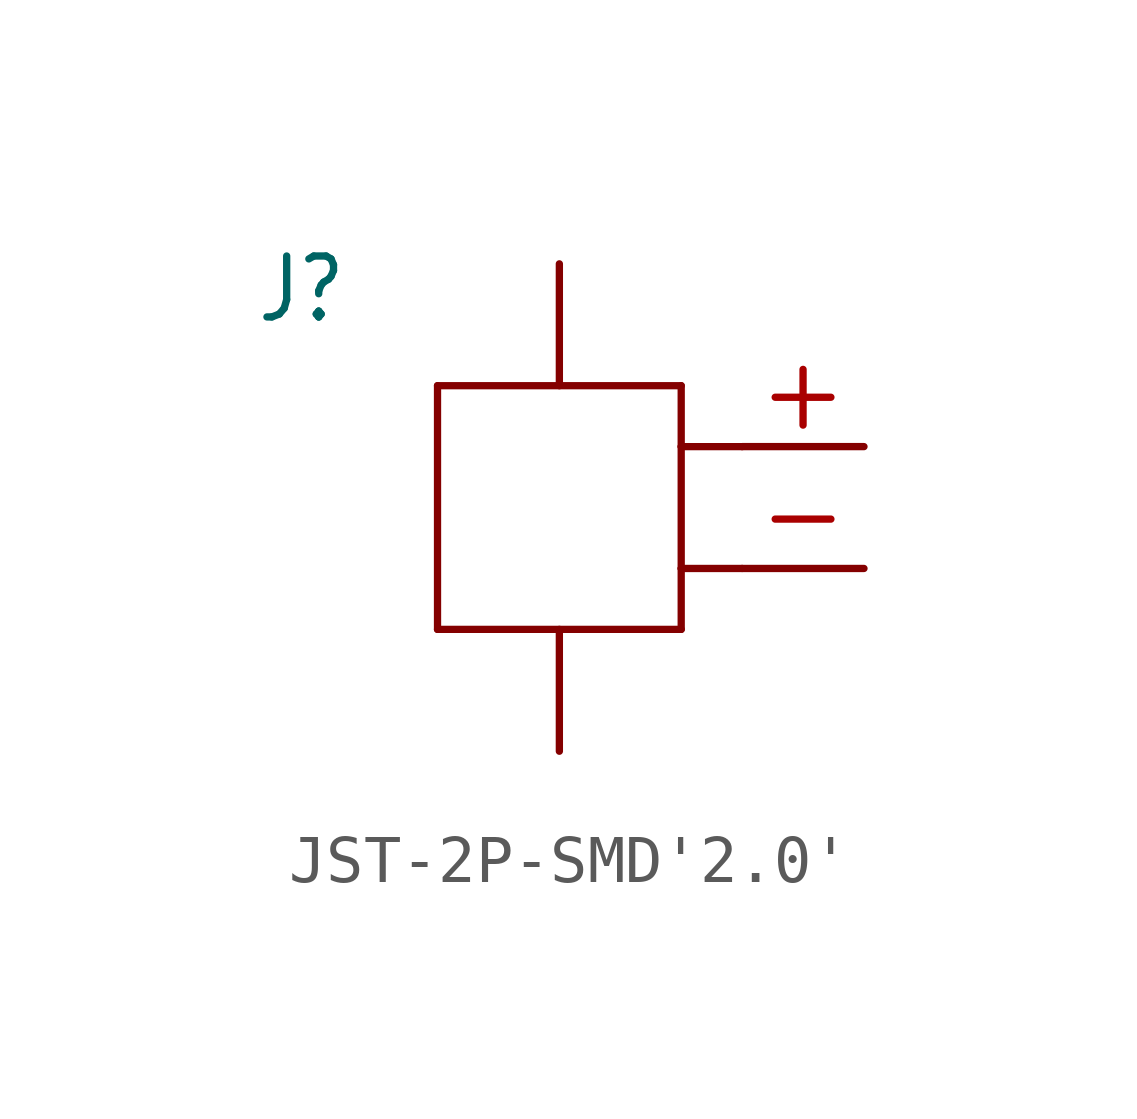
<source format=kicad_sym>
(kicad_symbol_lib
  (version 20241209)
  (generator "kicad_symbol_editor")
  (generator_version "9.0")
  (symbol "JST-2P-SMD'2.0'"
    (property "Reference" "J"
      (at -10.16 3.81 0)
      (effects (font (size 1.27 1.079)) (justify left bottom)))
    (property "Value" ""
      (at -2.54 3.81 0)
      (effects (font (size 1.27 1.079)) (justify left bottom)))
    (property "ki_locked" ""
      (at 0 0 0)
      (effects (font (size 1.27 1.27))))
    (symbol "JST-2P-SMD'2.0'_1_0"
      (polyline (pts (xy -6.35 2.54) (xy -1.27 2.54)) (stroke (width 0.152) (type solid)) (fill (type none)))
      (polyline (pts (xy -6.35 -2.54) (xy -6.35 2.54)) (stroke (width 0.152) (type solid)) (fill (type none)))
      (polyline (pts (xy -1.27 2.54) (xy -1.27 1.27)) (stroke (width 0.152) (type solid)) (fill (type none)))
      (polyline (pts (xy -1.27 1.27) (xy -1.27 -1.27)) (stroke (width 0.152) (type solid)) (fill (type none)))
      (polyline (pts (xy -1.27 -1.27) (xy -1.27 -2.54)) (stroke (width 0.152) (type solid)) (fill (type none)))
      (polyline (pts (xy -1.27 -2.54) (xy -6.35 -2.54)) (stroke (width 0.152) (type solid)) (fill (type none)))
      (polyline (pts (xy 0 1.27) (xy -1.27 1.27)) (stroke (width 0.152) (type solid)) (fill (type none)))
      (polyline (pts (xy 0 -1.27) (xy -1.27 -1.27)) (stroke (width 0.152) (type solid)) (fill (type none)))
      (pin bidirectional line (at -3.81 5.08 270) (length 2.54) (name "4" (effects (font (size 0 0)))) (number "4" (effects (font (size 0 0)))))
      (pin bidirectional line (at -3.81 -5.08 90) (length 2.54) (name "3" (effects (font (size 0 0)))) (number "3" (effects (font (size 0 0)))))
      (pin bidirectional line (at 2.54 1.27 180) (length 2.54) (name "1" (effects (font (size 0 0)))) (number "+" (effects (font (size 1.524 1.524)))))
      (pin bidirectional line (at 2.54 -1.27 180) (length 2.54) (name "2" (effects (font (size 0 0)))) (number "-" (effects (font (size 1.524 1.524))))))))
</source>
